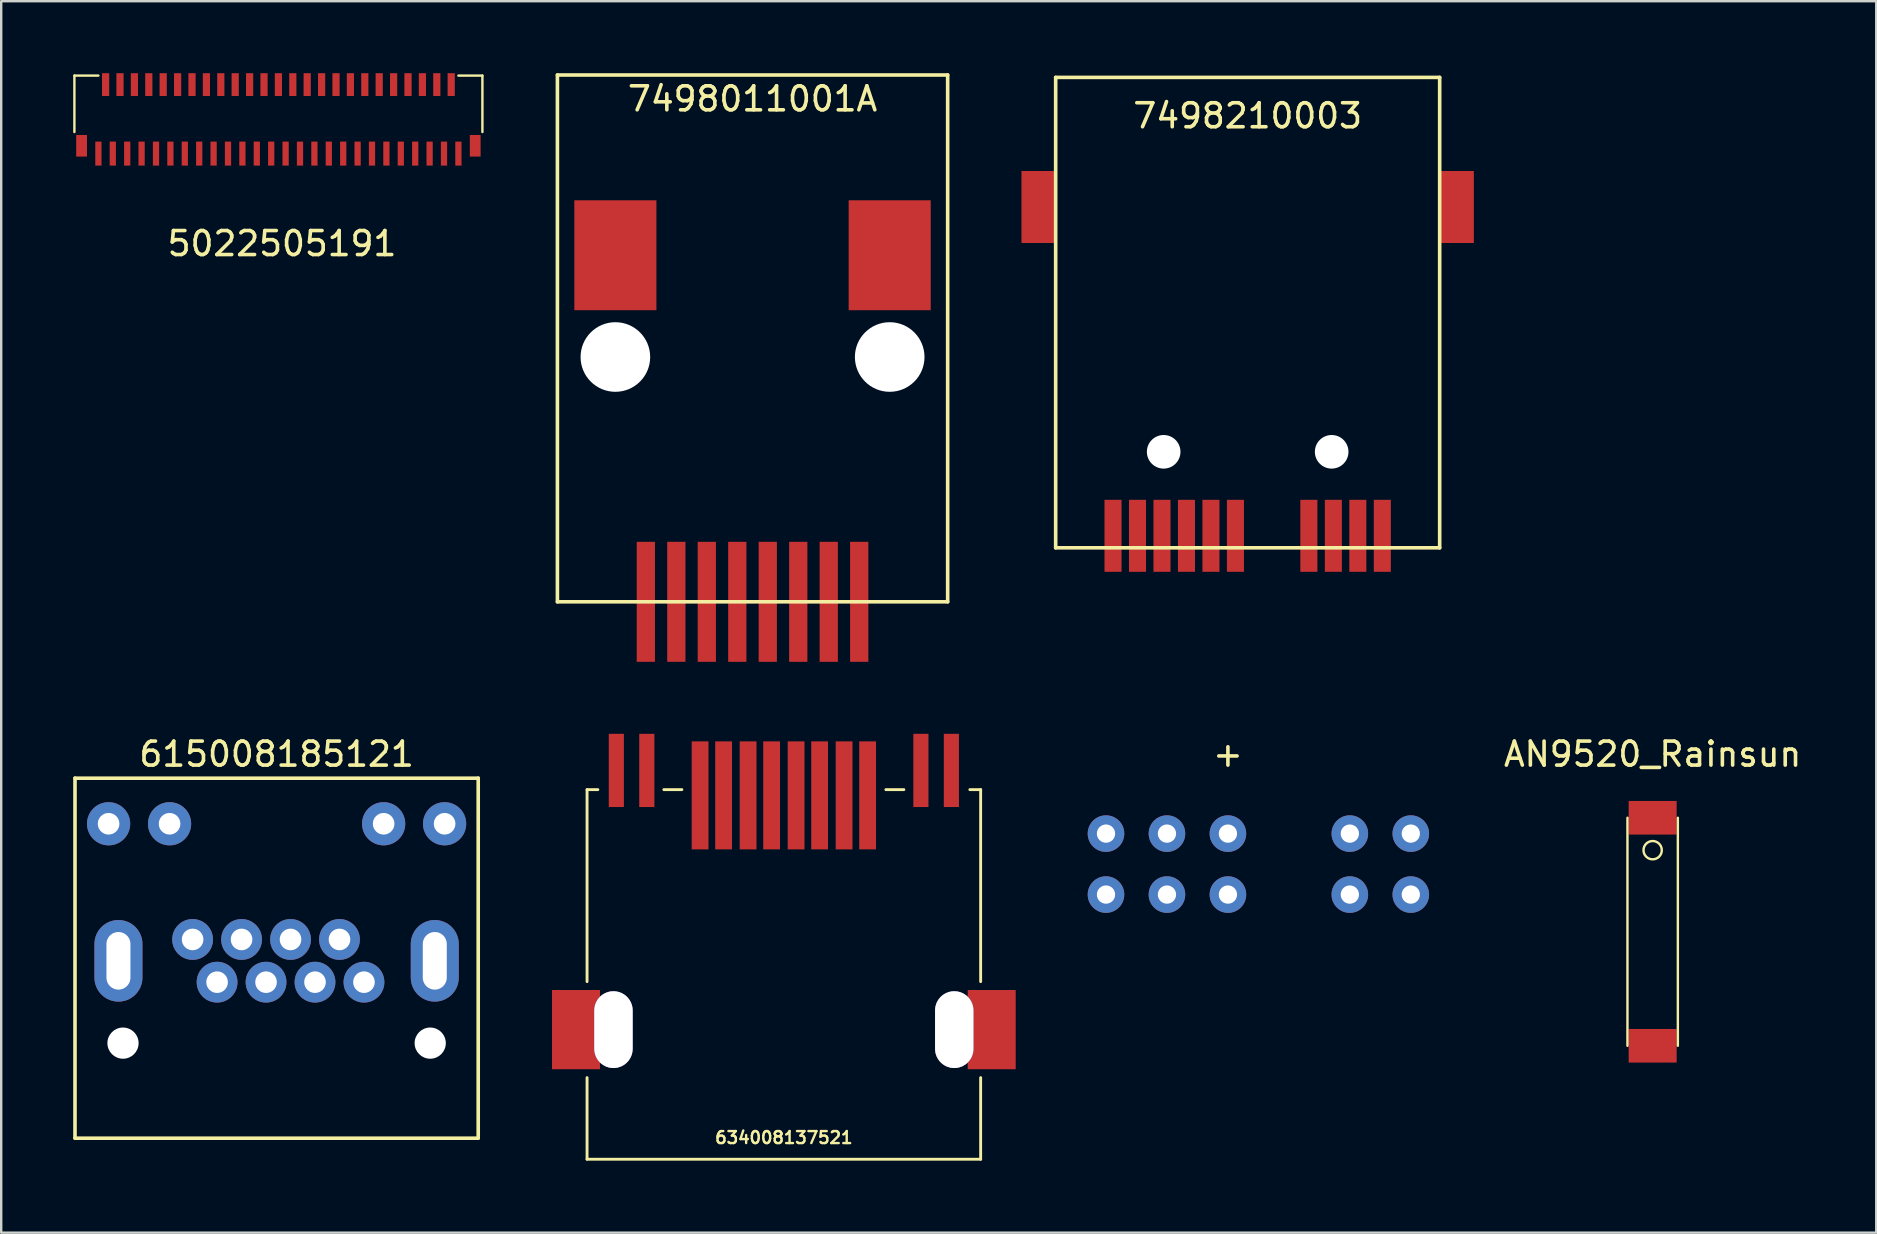
<source format=kicad_pcb>
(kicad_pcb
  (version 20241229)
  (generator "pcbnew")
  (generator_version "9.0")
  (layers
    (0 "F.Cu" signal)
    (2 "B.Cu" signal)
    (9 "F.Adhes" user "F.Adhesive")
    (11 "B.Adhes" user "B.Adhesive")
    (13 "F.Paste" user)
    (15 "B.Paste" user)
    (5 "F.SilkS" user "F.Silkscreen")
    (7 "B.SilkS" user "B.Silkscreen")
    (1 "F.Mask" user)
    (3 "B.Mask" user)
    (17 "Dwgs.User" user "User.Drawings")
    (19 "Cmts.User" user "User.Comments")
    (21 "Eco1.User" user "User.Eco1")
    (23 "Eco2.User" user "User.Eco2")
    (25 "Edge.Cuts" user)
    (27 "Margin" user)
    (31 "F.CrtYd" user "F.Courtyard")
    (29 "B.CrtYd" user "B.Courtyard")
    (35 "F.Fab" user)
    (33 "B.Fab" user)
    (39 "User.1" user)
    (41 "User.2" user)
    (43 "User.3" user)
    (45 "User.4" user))
  (footprint "5022505191"
    (layer "F.Cu")
    (at 8.55 1.75)
    (property "Reference" "5022505191" (at 0.15 5.35 0) (layer "F.SilkS") (effects (font (size 1 1) (thickness 0.15))))
    (attr through_hole)
    (fp_line (start -8.5 -1.65) (end -7.5 -1.65) (stroke (width 0.1) (type solid)) (layer "F.SilkS"))
    (fp_line (start -8.5 0.7) (end -8.5 -1.65) (stroke (width 0.1) (type solid)) (layer "F.SilkS"))
    (fp_line (start 8.5 -1.65) (end 7.5 -1.65) (stroke (width 0.1) (type solid)) (layer "F.SilkS"))
    (fp_line (start 8.5 0.7) (end 8.5 -1.65) (stroke (width 0.1) (type solid)) (layer "F.SilkS"))
    (pad "1" smd rect (at 7.5 1.6) (size 0.26 1) (layers "F.Cu" "F.Mask" "F.Paste"))
    (pad "2" smd rect (at 7.2 -1.275) (size 0.3 0.95) (layers "F.Cu" "F.Mask" "F.Paste"))
    (pad "3" smd rect (at 6.9 1.6) (size 0.26 1) (layers "F.Cu" "F.Mask" "F.Paste"))
    (pad "4" smd rect (at 6.6 -1.275) (size 0.3 0.95) (layers "F.Cu" "F.Mask" "F.Paste"))
    (pad "5" smd rect (at 6.3 1.6) (size 0.26 1) (layers "F.Cu" "F.Mask" "F.Paste"))
    (pad "6" smd rect (at 6 -1.275) (size 0.3 0.95) (layers "F.Cu" "F.Mask" "F.Paste"))
    (pad "7" smd rect (at 5.7 1.6) (size 0.26 1) (layers "F.Cu" "F.Mask" "F.Paste"))
    (pad "8" smd rect (at 5.4 -1.275) (size 0.3 0.95) (layers "F.Cu" "F.Mask" "F.Paste"))
    (pad "9" smd rect (at 5.1 1.6) (size 0.26 1) (layers "F.Cu" "F.Mask" "F.Paste"))
    (pad "10" smd rect (at 4.8 -1.275) (size 0.3 0.95) (layers "F.Cu" "F.Mask" "F.Paste"))
    (pad "11" smd rect (at 4.5 1.6) (size 0.26 1) (layers "F.Cu" "F.Mask" "F.Paste"))
    (pad "12" smd rect (at 4.2 -1.275) (size 0.3 0.95) (layers "F.Cu" "F.Mask" "F.Paste"))
    (pad "13" smd rect (at 3.9 1.6) (size 0.26 1) (layers "F.Cu" "F.Mask" "F.Paste"))
    (pad "14" smd rect (at 3.6 -1.275) (size 0.3 0.95) (layers "F.Cu" "F.Mask" "F.Paste"))
    (pad "15" smd rect (at 3.3 1.6) (size 0.26 1) (layers "F.Cu" "F.Mask" "F.Paste"))
    (pad "16" smd rect (at 3 -1.275) (size 0.3 0.95) (layers "F.Cu" "F.Mask" "F.Paste"))
    (pad "17" smd rect (at 2.7 1.6) (size 0.26 1) (layers "F.Cu" "F.Mask" "F.Paste"))
    (pad "18" smd rect (at 2.4 -1.275) (size 0.3 0.95) (layers "F.Cu" "F.Mask" "F.Paste"))
    (pad "19" smd rect (at 2.1 1.6) (size 0.26 1) (layers "F.Cu" "F.Mask" "F.Paste"))
    (pad "20" smd rect (at 1.8 -1.275) (size 0.3 0.95) (layers "F.Cu" "F.Mask" "F.Paste"))
    (pad "21" smd rect (at 1.5 1.6) (size 0.26 1) (layers "F.Cu" "F.Mask" "F.Paste"))
    (pad "22" smd rect (at 1.2 -1.275) (size 0.3 0.95) (layers "F.Cu" "F.Mask" "F.Paste"))
    (pad "23" smd rect (at 0.9 1.6) (size 0.26 1) (layers "F.Cu" "F.Mask" "F.Paste"))
    (pad "24" smd rect (at 0.6 -1.275) (size 0.3 0.95) (layers "F.Cu" "F.Mask" "F.Paste"))
    (pad "25" smd rect (at 0.3 1.6) (size 0.26 1) (layers "F.Cu" "F.Mask" "F.Paste"))
    (pad "26" smd rect (at 0 -1.275) (size 0.3 0.95) (layers "F.Cu" "F.Mask" "F.Paste"))
    (pad "27" smd rect (at -0.3 1.6) (size 0.26 1) (layers "F.Cu" "F.Mask" "F.Paste"))
    (pad "28" smd rect (at -0.6 -1.275) (size 0.3 0.95) (layers "F.Cu" "F.Mask" "F.Paste"))
    (pad "29" smd rect (at -0.9 1.6) (size 0.26 1) (layers "F.Cu" "F.Mask" "F.Paste"))
    (pad "30" smd rect (at -1.2 -1.275) (size 0.3 0.95) (layers "F.Cu" "F.Mask" "F.Paste"))
    (pad "31" smd rect (at -1.5 1.6) (size 0.26 1) (layers "F.Cu" "F.Mask" "F.Paste"))
    (pad "32" smd rect (at -1.8 -1.275) (size 0.3 0.95) (layers "F.Cu" "F.Mask" "F.Paste"))
    (pad "33" smd rect (at -2.1 1.6) (size 0.26 1) (layers "F.Cu" "F.Mask" "F.Paste"))
    (pad "34" smd rect (at -2.4 -1.275) (size 0.3 0.95) (layers "F.Cu" "F.Mask" "F.Paste"))
    (pad "35" smd rect (at -2.7 1.6) (size 0.26 1) (layers "F.Cu" "F.Mask" "F.Paste"))
    (pad "36" smd rect (at -3 -1.275) (size 0.3 0.95) (layers "F.Cu" "F.Mask" "F.Paste"))
    (pad "37" smd rect (at -3.3 1.6) (size 0.26 1) (layers "F.Cu" "F.Mask" "F.Paste"))
    (pad "38" smd rect (at -3.6 -1.275) (size 0.3 0.95) (layers "F.Cu" "F.Mask" "F.Paste"))
    (pad "39" smd rect (at -3.9 1.6) (size 0.26 1) (layers "F.Cu" "F.Mask" "F.Paste"))
    (pad "40" smd rect (at -4.2 -1.275) (size 0.3 0.95) (layers "F.Cu" "F.Mask" "F.Paste"))
    (pad "41" smd rect (at -4.5 1.6) (size 0.26 1) (layers "F.Cu" "F.Mask" "F.Paste"))
    (pad "42" smd rect (at -4.8 -1.275) (size 0.3 0.95) (layers "F.Cu" "F.Mask" "F.Paste"))
    (pad "43" smd rect (at -5.1 1.6) (size 0.26 1) (layers "F.Cu" "F.Mask" "F.Paste"))
    (pad "44" smd rect (at -5.4 -1.275) (size 0.3 0.95) (layers "F.Cu" "F.Mask" "F.Paste"))
    (pad "45" smd rect (at -5.7 1.6) (size 0.26 1) (layers "F.Cu" "F.Mask" "F.Paste"))
    (pad "46" smd rect (at -6 -1.275) (size 0.3 0.95) (layers "F.Cu" "F.Mask" "F.Paste"))
    (pad "47" smd rect (at -6.3 1.6) (size 0.26 1) (layers "F.Cu" "F.Mask" "F.Paste"))
    (pad "48" smd rect (at -6.6 -1.275) (size 0.3 0.95) (layers "F.Cu" "F.Mask" "F.Paste"))
    (pad "49" smd rect (at -6.9 1.6) (size 0.26 1) (layers "F.Cu" "F.Mask" "F.Paste"))
    (pad "50" smd rect (at -7.2 -1.275) (size 0.3 0.95) (layers "F.Cu" "F.Mask" "F.Paste"))
    (pad "51" smd rect (at -7.5 1.6) (size 0.26 1) (layers "F.Cu" "F.Mask" "F.Paste"))
    (pad "52" smd rect (at 8.2 1.275) (size 0.45 0.9) (layers "F.Cu" "F.Mask" "F.Paste"))
    (pad "53" smd rect (at -8.2 1.275) (size 0.45 0.9) (layers "F.Cu" "F.Mask" "F.Paste")))
  (footprint "AN9520_Rainsun"
    (layer "F.Cu")
    (at 65.809 35.773)
    (property "Reference" "AN9520_Rainsun" (at 0 -7.4 0) (layer "F.SilkS") (effects (font (size 1 1) (thickness 0.15))))
    (attr through_hole)
    (fp_line (start -1.05 4.75) (end -1.05 -4.75) (stroke (width 0.1) (type solid)) (layer "F.SilkS"))
    (fp_line (start 1.05 4.75) (end 1.05 -4.75) (stroke (width 0.1) (type solid)) (layer "F.SilkS"))
    (fp_circle (center 0 -3.4) (end 0.381 -3.4) (stroke (width 0.1) (type solid)) (fill no) (layer "F.SilkS"))
    (pad "1" smd rect (at 0 -4.75) (size 2 1.4) (layers "F.Cu" "F.Mask" "F.Paste"))
    (pad "2" smd rect (at 0 4.75) (size 2 1.4) (layers "F.Cu" "F.Mask" "F.Paste")))
  (footprint "615008185121"
    (layer "F.Cu")
    (at 8.475 37.873)
    (property "Reference" "615008185121" (at 0 -9.5 0) (layer "F.SilkS") (effects (font (size 1 1) (thickness 0.15))))
    (attr through_hole)
    (fp_line (start -8.4 -8.5) (end -8.4 6.5) (stroke (width 0.15) (type solid)) (layer "F.SilkS"))
    (fp_line (start -8.4 6.5) (end 8.4 6.5) (stroke (width 0.15) (type solid)) (layer "F.SilkS"))
    (fp_line (start 8.4 -8.5) (end -8.4 -8.5) (stroke (width 0.15) (type solid)) (layer "F.SilkS"))
    (fp_line (start 8.4 6.5) (end 8.4 -8.5) (stroke (width 0.15) (type solid)) (layer "F.SilkS"))
    (pad "" thru_hole oval (at -6.59 -0.89) (size 2 3.4) (drill oval 1 2.4) (layers "*.Cu" "*.Mask"))
    (pad "" np_thru_hole circle (at -6.4 2.54) (size 1.3 1.3) (drill 1.3) (layers "*.Cu" "*.Mask"))
    (pad "" np_thru_hole circle (at 6.4 2.54) (size 1.3 1.3) (drill 1.3) (layers "*.Cu" "*.Mask"))
    (pad "" thru_hole oval (at 6.59 -0.89) (size 2 3.4) (drill oval 1 2.4) (layers "*.Cu" "*.Mask"))
    (pad "1" thru_hole circle (at 3.64 0) (size 1.7 1.7) (drill 0.9) (layers "*.Cu" "*.Mask"))
    (pad "2" thru_hole circle (at 2.62 -1.78) (size 1.7 1.7) (drill 0.9) (layers "*.Cu" "*.Mask"))
    (pad "3" thru_hole circle (at 1.6 0) (size 1.7 1.7) (drill 0.9) (layers "*.Cu" "*.Mask"))
    (pad "4" thru_hole circle (at 0.58 -1.78) (size 1.7 1.7) (drill 0.9) (layers "*.Cu" "*.Mask"))
    (pad "5" thru_hole circle (at -0.44 0) (size 1.7 1.7) (drill 0.9) (layers "*.Cu" "*.Mask"))
    (pad "6" thru_hole circle (at -1.46 -1.78) (size 1.7 1.7) (drill 0.9) (layers "*.Cu" "*.Mask"))
    (pad "7" thru_hole circle (at -2.48 0) (size 1.7 1.7) (drill 0.9) (layers "*.Cu" "*.Mask"))
    (pad "8" thru_hole circle (at -3.5 -1.78) (size 1.7 1.7) (drill 0.9) (layers "*.Cu" "*.Mask"))
    (pad "9" thru_hole circle (at 7 -6.6) (size 1.8 1.8) (drill 0.9) (layers "*.Cu" "*.Mask"))
    (pad "10" thru_hole circle (at 4.46 -6.6) (size 1.8 1.8) (drill 0.9) (layers "*.Cu" "*.Mask"))
    (pad "11" thru_hole circle (at -4.46 -6.6) (size 1.8 1.8) (drill 0.9) (layers "*.Cu" "*.Mask"))
    (pad "12" thru_hole circle (at -7 -6.6) (size 1.8 1.8) (drill 0.9) (layers "*.Cu" "*.Mask")))
  (footprint "+"
    (layer "F.Cu")
    (at 48.112 34.223)
    (property "Reference" "+" (at 0 -5.85 0) (layer "F.SilkS") (effects (font (size 1 1) (thickness 0.15))))
    (attr through_hole)
    (pad "1" thru_hole circle (at -5.08 0) (size 1.524 1.524) (drill 0.762) (layers "*.Cu" "*.Mask"))
    (pad "2" thru_hole circle (at -2.54 0) (size 1.524 1.524) (drill 0.762) (layers "*.Cu" "*.Mask"))
    (pad "3" thru_hole circle (at 0 0) (size 1.524 1.524) (drill 0.762) (layers "*.Cu" "*.Mask"))
    (pad "4" thru_hole circle (at 5.08 0) (size 1.524 1.524) (drill 0.762) (layers "*.Cu" "*.Mask"))
    (pad "5" thru_hole circle (at 7.62 0) (size 1.524 1.524) (drill 0.762) (layers "*.Cu" "*.Mask"))
    (pad "6" thru_hole circle (at -5.08 -2.54) (size 1.524 1.524) (drill 0.762) (layers "*.Cu" "*.Mask"))
    (pad "7" thru_hole circle (at -2.54 -2.54) (size 1.524 1.524) (drill 0.762) (layers "*.Cu" "*.Mask"))
    (pad "8" thru_hole circle (at 0 -2.54) (size 1.524 1.524) (drill 0.762) (layers "*.Cu" "*.Mask"))
    (pad "9" thru_hole circle (at 5.08 -2.54) (size 1.524 1.524) (drill 0.762) (layers "*.Cu" "*.Mask"))
    (pad "10" thru_hole circle (at 7.62 -2.54) (size 1.524 1.524) (drill 0.762) (layers "*.Cu" "*.Mask")))
  (footprint "7498210003"
    (layer "F.Cu")
    (at 48.935 15.775)
    (property "Reference" "7498210003" (at 0 -14 0) (layer "F.SilkS") (effects (font (size 1 1) (thickness 0.15))))
    (attr through_hole)
    (fp_line (start -8 -15.6) (end 8 -15.6) (stroke (width 0.15) (type solid)) (layer "F.SilkS"))
    (fp_line (start -8 4) (end -8 -15.6) (stroke (width 0.15) (type solid)) (layer "F.SilkS"))
    (fp_line (start 8 -15.6) (end 8 4) (stroke (width 0.15) (type solid)) (layer "F.SilkS"))
    (fp_line (start 8 4) (end -8 4) (stroke (width 0.15) (type solid)) (layer "F.SilkS"))
    (fp_line (start -7.85 -5.2) (end -7.85 -15.7) (stroke (width 0.15) (type solid)) (layer "Eco1.User"))
    (fp_line (start -6.8 -4.2) (end 6.8 -4.2) (stroke (width 0.15) (type solid)) (layer "Eco1.User"))
    (fp_line (start -2.4 -3.2) (end -2.2 -3.4) (stroke (width 0.15) (type solid)) (layer "Eco1.User"))
    (fp_line (start -2.2 -3) (end -2.4 -3.2) (stroke (width 0.15) (type solid)) (layer "Eco1.User"))
    (fp_line (start -2 -3.2) (end -2.4 -3.2) (stroke (width 0.15) (type solid)) (layer "Eco1.User"))
    (fp_line (start -2 -3.2) (end 2.4 -3.2) (stroke (width 0.15) (type solid)) (layer "Eco1.User"))
    (fp_line (start 2.4 -3.2) (end 2.2 -3.4) (stroke (width 0.15) (type solid)) (layer "Eco1.User"))
    (fp_line (start 2.4 -3.2) (end 2.2 -3) (stroke (width 0.15) (type solid)) (layer "Eco1.User"))
    (fp_line (start 7.8 -3.6) (end 8 -3.8) (stroke (width 0.15) (type solid)) (layer "Eco1.User"))
    (fp_line (start 7.8 -3.6) (end 8 -3.4) (stroke (width 0.15) (type solid)) (layer "Eco1.User"))
    (fp_line (start 7.85 -5.2) (end 7.85 -15.7) (stroke (width 0.15) (type solid)) (layer "Eco1.User"))
    (fp_line (start 8 -3.6) (end 7.8 -3.6) (stroke (width 0.15) (type solid)) (layer "Eco1.User"))
    (fp_line (start 8.4 -4.2) (end 8.2 -4) (stroke (width 0.15) (type solid)) (layer "Eco1.User"))
    (fp_line (start 8.4 -4.2) (end 8.6 -4) (stroke (width 0.15) (type solid)) (layer "Eco1.User"))
    (fp_line (start 8.4 -4) (end 8.4 -4.2) (stroke (width 0.15) (type solid)) (layer "Eco1.User"))
    (fp_line (start 10 -12.6) (end 9.8 -12.4) (stroke (width 0.15) (type solid)) (layer "Eco1.User"))
    (fp_line (start 10 -12.6) (end 10.2 -12.4) (stroke (width 0.15) (type solid)) (layer "Eco1.User"))
    (fp_line (start 10 -8.2) (end 10 -12.6) (stroke (width 0.15) (type solid)) (layer "Eco1.User"))
    (fp_line (start 10 -8.2) (end 10 -7.8) (stroke (width 0.15) (type solid)) (layer "Eco1.User"))
    (fp_line (start 10 -7.8) (end 9.8 -8) (stroke (width 0.15) (type solid)) (layer "Eco1.User"))
    (fp_line (start 10.2 -8) (end 10 -7.8) (stroke (width 0.15) (type solid)) (layer "Eco1.User"))
    (fp_arc (start -6.85 -4.2) (mid -7.557107 -4.492893) (end -7.85 -5.2) (stroke (width 0.15) (type solid)) (layer "Eco1.User"))
    (fp_arc (start 7.85 -5.2) (mid 7.557107 -4.492893) (end 6.85 -4.2) (stroke (width 0.15) (type solid)) (layer "Eco1.User"))
    (fp_arc (start 8.4 -4) (mid 8.282843 -3.717157) (end 8 -3.6) (stroke (width 0.15) (type solid)) (layer "Eco1.User"))
    (fp_text user "15.65" (at 0 -2.4 0) (layer "Eco1.User") (effects (font (size 1 1) (thickness 0.15))))
    (fp_text user "11.5" (at 12 -10.2 0) (layer "Eco1.User") (effects (font (size 1 1) (thickness 0.15))))
    (fp_text user "1.0" (at 9.4 -3.2 0) (layer "Eco1.User") (effects (font (size 1 1) (thickness 0.15))))
    (pad "" np_thru_hole circle (at -3.5 0) (size 1.4 1.4) (drill 1.4) (layers "*.Cu" "*.Mask"))
    (pad "" np_thru_hole circle (at 3.5 0) (size 1.4 1.4) (drill 1.4) (layers "*.Cu" "*.Mask"))
    (pad "1" smd rect (at -5.61 3.5) (size 0.71 3) (layers "F.Cu" "F.Mask" "F.Paste"))
    (pad "2" smd rect (at -4.59 3.5) (size 0.71 3) (layers "F.Cu" "F.Mask" "F.Paste"))
    (pad "3" smd rect (at -3.57 3.5) (size 0.71 3) (layers "F.Cu" "F.Mask" "F.Paste"))
    (pad "4" smd rect (at -2.55 3.5) (size 0.71 3) (layers "F.Cu" "F.Mask" "F.Paste"))
    (pad "5" smd rect (at -1.53 3.5) (size 0.71 3) (layers "F.Cu" "F.Mask" "F.Paste"))
    (pad "6" smd rect (at -0.51 3.5) (size 0.71 3) (layers "F.Cu" "F.Mask" "F.Paste"))
    (pad "7" smd rect (at 2.55 3.5) (size 0.71 3) (layers "F.Cu" "F.Mask" "F.Paste"))
    (pad "8" smd rect (at 3.57 3.5) (size 0.71 3) (layers "F.Cu" "F.Mask" "F.Paste"))
    (pad "9" smd rect (at 4.59 3.5) (size 0.71 3) (layers "F.Cu" "F.Mask" "F.Paste"))
    (pad "10" smd rect (at 5.61 3.5) (size 0.71 3) (layers "F.Cu" "F.Mask" "F.Paste"))
    (pad "SHIELD" smd rect (at -8.725 -10.2) (size 1.4 3) (layers "F.Cu" "F.Mask" "F.Paste"))
    (pad "SHIELD" smd rect (at 8.725 -10.2) (size 1.4 3) (layers "F.Cu" "F.Mask" "F.Paste")))
  (footprint "7498011001A"
    (layer "F.Cu")
    (at 28.305 22.025)
    (property "Reference" "7498011001A" (at 0 -20.955 0) (layer "F.SilkS") (effects (font (size 1 1) (thickness 0.15))))
    (attr through_hole)
    (fp_line (start -8.13 -21.95) (end -8.13 0) (stroke (width 0.15) (type solid)) (layer "F.SilkS"))
    (fp_line (start -8.13 0) (end 8.13 0) (stroke (width 0.15) (type solid)) (layer "F.SilkS"))
    (fp_line (start 8.13 -21.95) (end -8.13 -21.95) (stroke (width 0.15) (type solid)) (layer "F.SilkS"))
    (fp_line (start 8.13 0) (end 8.13 -21.95) (stroke (width 0.15) (type solid)) (layer "F.SilkS"))
    (pad "" np_thru_hole circle (at -5.715 -10.2) (size 2.9 2.9) (drill 2.9) (layers "*.Cu" "*.Mask"))
    (pad "" np_thru_hole circle (at 5.715 -10.2) (size 2.9 2.9) (drill 2.9) (layers "*.Cu" "*.Mask"))
    (pad "1" smd rect (at 4.445 0) (size 0.76 5) (layers "F.Cu" "F.Mask" "F.Paste"))
    (pad "2" smd rect (at 3.175 0) (size 0.76 5) (layers "F.Cu" "F.Mask" "F.Paste"))
    (pad "3" smd rect (at 1.905 0) (size 0.76 5) (layers "F.Cu" "F.Mask" "F.Paste"))
    (pad "4" smd rect (at 0.635 0) (size 0.76 5) (layers "F.Cu" "F.Mask" "F.Paste"))
    (pad "5" smd rect (at -0.635 0) (size 0.76 5) (layers "F.Cu" "F.Mask" "F.Paste"))
    (pad "6" smd rect (at -1.905 0) (size 0.76 5) (layers "F.Cu" "F.Mask" "F.Paste"))
    (pad "7" smd rect (at -3.175 0) (size 0.76 5) (layers "F.Cu" "F.Mask" "F.Paste"))
    (pad "8" smd rect (at -4.445 0) (size 0.76 5) (layers "F.Cu" "F.Mask" "F.Paste"))
    (pad "9" smd rect (at -5.715 -14.44) (size 3.42 4.58) (layers "F.Cu" "F.Mask" "F.Paste"))
    (pad "9" smd rect (at 5.715 -14.44) (size 3.42 4.58) (layers "F.Cu" "F.Mask" "F.Paste")))
  (footprint "634008137521"
    (layer "F.Cu")
    (at 29.61 39.85)
    (property "Reference" "634008137521" (at 0 4.5 0) (layer "F.SilkS") (effects (font (size 0.5 0.5) (thickness 0.1))))
    (attr through_hole)
    (fp_line (start -8.2 -10) (end -7.75 -10) (stroke (width 0.12) (type solid)) (layer "F.SilkS"))
    (fp_line (start -8.2 -2) (end -8.2 -10) (stroke (width 0.12) (type solid)) (layer "F.SilkS"))
    (fp_line (start -8.2 5.4) (end -8.2 2) (stroke (width 0.12) (type solid)) (layer "F.SilkS"))
    (fp_line (start -8.2 5.4) (end 8.2 5.4) (stroke (width 0.12) (type solid)) (layer "F.SilkS"))
    (fp_line (start -5 -10) (end -4.25 -10) (stroke (width 0.12) (type solid)) (layer "F.SilkS"))
    (fp_line (start 4.25 -10) (end 5 -10) (stroke (width 0.12) (type solid)) (layer "F.SilkS"))
    (fp_line (start 7.75 -10) (end 8.2 -10) (stroke (width 0.12) (type solid)) (layer "F.SilkS"))
    (fp_line (start 8.2 -2) (end 8.2 -10) (stroke (width 0.12) (type solid)) (layer "F.SilkS"))
    (fp_line (start 8.2 5.4) (end 8.2 2) (stroke (width 0.12) (type solid)) (layer "F.SilkS"))
    (fp_line (start -7.25 -8.5) (end -6.75 -8.5) (stroke (width 0.12) (type solid)) (layer "Eco1.User"))
    (fp_line (start -7 -8.75) (end -7 -8.25) (stroke (width 0.12) (type solid)) (layer "Eco1.User"))
    (fp_line (start -6 -8.5) (end -5.5 -8.5) (stroke (width 0.12) (type solid)) (layer "Eco1.User"))
    (fp_line (start 5.5 -8.5) (end 6 -8.5) (stroke (width 0.12) (type solid)) (layer "Eco1.User"))
    (fp_line (start 5.75 -8.75) (end 5.75 -8.25) (stroke (width 0.12) (type solid)) (layer "Eco1.User"))
    (fp_line (start 6.75 -8.5) (end 7.25 -8.5) (stroke (width 0.12) (type solid)) (layer "Eco1.User"))
    (pad "" np_thru_hole roundrect (at -7.1 0 90) (size 3.2 1.6) (drill oval 3.2 1.6) (layers "*.Cu" "*.Mask") (roundrect_rratio 0.5))
    (pad "" np_thru_hole roundrect (at 7.1 0 90) (size 3.2 1.6) (drill oval 3.2 1.6) (layers "*.Cu" "*.Mask") (roundrect_rratio 0.5))
    (pad "1" smd rect (at 3.49 -9.76 180) (size 0.7 4.5) (layers "F.Cu" "F.Mask" "F.Paste"))
    (pad "2" smd rect (at 2.51 -9.76 180) (size 0.7 4.5) (layers "F.Cu" "F.Mask" "F.Paste"))
    (pad "3" smd rect (at 1.49 -9.76 180) (size 0.7 4.5) (layers "F.Cu" "F.Mask" "F.Paste"))
    (pad "4" smd rect (at 0.51 -9.76 180) (size 0.7 4.5) (layers "F.Cu" "F.Mask" "F.Paste"))
    (pad "5" smd rect (at -0.51 -9.76 180) (size 0.7 4.5) (layers "F.Cu" "F.Mask" "F.Paste"))
    (pad "6" smd rect (at -1.49 -9.76 180) (size 0.7 4.5) (layers "F.Cu" "F.Mask" "F.Paste"))
    (pad "7" smd rect (at -2.51 -9.76 180) (size 0.7 4.5) (layers "F.Cu" "F.Mask" "F.Paste"))
    (pad "8" smd rect (at -3.49 -9.76 180) (size 0.7 4.5) (layers "F.Cu" "F.Mask" "F.Paste"))
    (pad "9" smd rect (at -6.98 -10.8 180) (size 0.63 3.05) (layers "F.Cu" "F.Mask" "F.Paste"))
    (pad "10" smd rect (at -5.71 -10.8 180) (size 0.63 3.05) (layers "F.Cu" "F.Mask" "F.Paste"))
    (pad "11" smd rect (at 5.71 -10.8 180) (size 0.63 3.05) (layers "F.Cu" "F.Mask" "F.Paste"))
    (pad "12" smd rect (at 6.98 -10.8 180) (size 0.63 3.05) (layers "F.Cu" "F.Mask" "F.Paste"))
    (pad "SH" smd rect (at -8.66 0) (size 2 3.3) (layers "F.Cu" "F.Mask" "F.Paste"))
    (pad "SH" smd rect (at 8.66 0) (size 2 3.3) (layers "F.Cu" "F.Mask" "F.Paste")))
  (gr_rect
    (start -3 -3)
    (end 75.125 48.31)
    (stroke (width 0.1) (type default))
    (fill no)
    (layer "Edge.Cuts")))
</source>
